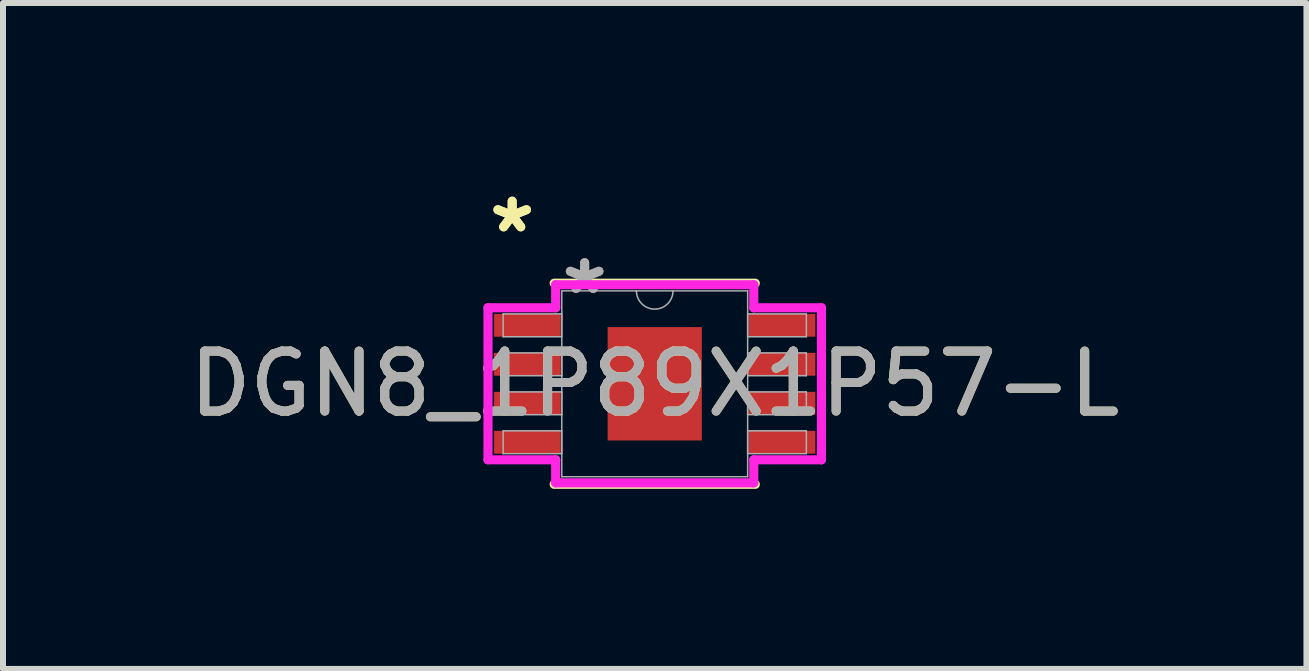
<source format=kicad_pcb>
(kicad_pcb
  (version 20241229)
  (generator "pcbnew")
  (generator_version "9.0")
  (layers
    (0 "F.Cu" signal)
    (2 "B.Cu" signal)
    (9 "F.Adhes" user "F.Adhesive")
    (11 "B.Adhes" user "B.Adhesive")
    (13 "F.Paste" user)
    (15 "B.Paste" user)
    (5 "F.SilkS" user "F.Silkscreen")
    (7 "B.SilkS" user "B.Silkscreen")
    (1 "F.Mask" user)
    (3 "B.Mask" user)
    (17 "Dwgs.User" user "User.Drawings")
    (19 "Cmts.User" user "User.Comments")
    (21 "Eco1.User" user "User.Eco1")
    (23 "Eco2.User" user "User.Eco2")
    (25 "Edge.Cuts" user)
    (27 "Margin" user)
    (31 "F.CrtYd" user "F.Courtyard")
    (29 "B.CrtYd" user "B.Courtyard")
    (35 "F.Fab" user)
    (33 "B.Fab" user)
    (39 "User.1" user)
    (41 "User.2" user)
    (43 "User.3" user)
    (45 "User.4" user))
  (footprint "DGN8_1P89X1P57-L"
    (layer "F.Cu")
    (at 7.863 3.347)
    (property "Reference" "DGN8_1P89X1P57-L" (at 0 0 0) (unlocked yes) (layer "F.SilkS") (effects (font (size 1 1) (thickness 0.15))))
    (attr smd)
    (fp_line (start -1.676 1.676) (end 1.676 1.676) (stroke (width 0.152) (type solid)) (layer "F.SilkS"))
    (fp_line (start 1.676 -1.676) (end -1.676 -1.676) (stroke (width 0.152) (type solid)) (layer "F.SilkS"))
    (fp_line (start -2.779 -1.267) (end -1.651 -1.267) (stroke (width 0.152) (type solid)) (layer "F.CrtYd"))
    (fp_line (start -2.779 1.267) (end -2.779 -1.267) (stroke (width 0.152) (type solid)) (layer "F.CrtYd"))
    (fp_line (start -2.779 1.267) (end -1.651 1.267) (stroke (width 0.152) (type solid)) (layer "F.CrtYd"))
    (fp_line (start -1.651 -1.651) (end 1.651 -1.651) (stroke (width 0.152) (type solid)) (layer "F.CrtYd"))
    (fp_line (start -1.651 -1.267) (end -1.651 -1.651) (stroke (width 0.152) (type solid)) (layer "F.CrtYd"))
    (fp_line (start -1.651 1.651) (end -1.651 1.267) (stroke (width 0.152) (type solid)) (layer "F.CrtYd"))
    (fp_line (start 1.651 -1.651) (end 1.651 -1.267) (stroke (width 0.152) (type solid)) (layer "F.CrtYd"))
    (fp_line (start 1.651 1.267) (end 1.651 1.651) (stroke (width 0.152) (type solid)) (layer "F.CrtYd"))
    (fp_line (start 1.651 1.651) (end -1.651 1.651) (stroke (width 0.152) (type solid)) (layer "F.CrtYd"))
    (fp_line (start 2.779 -1.267) (end 1.651 -1.267) (stroke (width 0.152) (type solid)) (layer "F.CrtYd"))
    (fp_line (start 2.779 -1.267) (end 2.779 1.267) (stroke (width 0.152) (type solid)) (layer "F.CrtYd"))
    (fp_line (start 2.779 1.267) (end 1.651 1.267) (stroke (width 0.152) (type solid)) (layer "F.CrtYd"))
    (fp_line (start -2.527 -1.165) (end -2.527 -0.784) (stroke (width 0.025) (type solid)) (layer "F.Fab"))
    (fp_line (start -2.527 -0.784) (end -1.549 -0.784) (stroke (width 0.025) (type solid)) (layer "F.Fab"))
    (fp_line (start -2.527 -0.515) (end -2.527 -0.135) (stroke (width 0.025) (type solid)) (layer "F.Fab"))
    (fp_line (start -2.527 -0.135) (end -1.549 -0.135) (stroke (width 0.025) (type solid)) (layer "F.Fab"))
    (fp_line (start -2.527 0.135) (end -2.527 0.515) (stroke (width 0.025) (type solid)) (layer "F.Fab"))
    (fp_line (start -2.527 0.515) (end -1.549 0.515) (stroke (width 0.025) (type solid)) (layer "F.Fab"))
    (fp_line (start -2.527 0.784) (end -2.527 1.165) (stroke (width 0.025) (type solid)) (layer "F.Fab"))
    (fp_line (start -2.527 1.165) (end -1.549 1.165) (stroke (width 0.025) (type solid)) (layer "F.Fab"))
    (fp_line (start -1.549 -1.549) (end -1.549 1.549) (stroke (width 0.025) (type solid)) (layer "F.Fab"))
    (fp_line (start -1.549 -1.165) (end -2.527 -1.165) (stroke (width 0.025) (type solid)) (layer "F.Fab"))
    (fp_line (start -1.549 -0.784) (end -1.549 -1.165) (stroke (width 0.025) (type solid)) (layer "F.Fab"))
    (fp_line (start -1.549 -0.515) (end -2.527 -0.515) (stroke (width 0.025) (type solid)) (layer "F.Fab"))
    (fp_line (start -1.549 -0.135) (end -1.549 -0.515) (stroke (width 0.025) (type solid)) (layer "F.Fab"))
    (fp_line (start -1.549 0.135) (end -2.527 0.135) (stroke (width 0.025) (type solid)) (layer "F.Fab"))
    (fp_line (start -1.549 0.515) (end -1.549 0.135) (stroke (width 0.025) (type solid)) (layer "F.Fab"))
    (fp_line (start -1.549 0.784) (end -2.527 0.784) (stroke (width 0.025) (type solid)) (layer "F.Fab"))
    (fp_line (start -1.549 1.165) (end -1.549 0.784) (stroke (width 0.025) (type solid)) (layer "F.Fab"))
    (fp_line (start -1.549 1.549) (end 1.549 1.549) (stroke (width 0.025) (type solid)) (layer "F.Fab"))
    (fp_line (start 1.549 -1.549) (end -1.549 -1.549) (stroke (width 0.025) (type solid)) (layer "F.Fab"))
    (fp_line (start 1.549 -1.165) (end 1.549 -0.784) (stroke (width 0.025) (type solid)) (layer "F.Fab"))
    (fp_line (start 1.549 -0.784) (end 2.527 -0.784) (stroke (width 0.025) (type solid)) (layer "F.Fab"))
    (fp_line (start 1.549 -0.515) (end 1.549 -0.135) (stroke (width 0.025) (type solid)) (layer "F.Fab"))
    (fp_line (start 1.549 -0.135) (end 2.527 -0.135) (stroke (width 0.025) (type solid)) (layer "F.Fab"))
    (fp_line (start 1.549 0.135) (end 1.549 0.515) (stroke (width 0.025) (type solid)) (layer "F.Fab"))
    (fp_line (start 1.549 0.515) (end 2.527 0.515) (stroke (width 0.025) (type solid)) (layer "F.Fab"))
    (fp_line (start 1.549 0.784) (end 1.549 1.165) (stroke (width 0.025) (type solid)) (layer "F.Fab"))
    (fp_line (start 1.549 1.165) (end 2.527 1.165) (stroke (width 0.025) (type solid)) (layer "F.Fab"))
    (fp_line (start 1.549 1.549) (end 1.549 -1.549) (stroke (width 0.025) (type solid)) (layer "F.Fab"))
    (fp_line (start 2.527 -1.165) (end 1.549 -1.165) (stroke (width 0.025) (type solid)) (layer "F.Fab"))
    (fp_line (start 2.527 -0.784) (end 2.527 -1.165) (stroke (width 0.025) (type solid)) (layer "F.Fab"))
    (fp_line (start 2.527 -0.515) (end 1.549 -0.515) (stroke (width 0.025) (type solid)) (layer "F.Fab"))
    (fp_line (start 2.527 -0.135) (end 2.527 -0.515) (stroke (width 0.025) (type solid)) (layer "F.Fab"))
    (fp_line (start 2.527 0.135) (end 1.549 0.135) (stroke (width 0.025) (type solid)) (layer "F.Fab"))
    (fp_line (start 2.527 0.515) (end 2.527 0.135) (stroke (width 0.025) (type solid)) (layer "F.Fab"))
    (fp_line (start 2.527 0.784) (end 1.549 0.784) (stroke (width 0.025) (type solid)) (layer "F.Fab"))
    (fp_line (start 2.527 1.165) (end 2.527 0.784) (stroke (width 0.025) (type solid)) (layer "F.Fab"))
    (fp_arc (start 0.3048 -1.5494) (mid 0 -1.2446) (end -0.3048 -1.5494) (stroke (width 0.0254) (type solid)) (layer "F.Fab"))
    (fp_text user "*" (at -2.376 -2.499 0) (unlocked yes) (layer "F.SilkS") (effects (font (size 1 1) (thickness 0.15))))
    (fp_text user "*" (at -2.376 -2.499 0) (layer "F.SilkS") (effects (font (size 1 1) (thickness 0.15))))
    (fp_text user "*" (at -1.168 -1.473 0) (unlocked yes) (layer "F.Fab") (effects (font (size 1 1) (thickness 0.15))))
    (fp_text user "${REFERENCE}" (at 0 0 0) (unlocked yes) (layer "F.Fab") (effects (font (size 1 1) (thickness 0.15))))
    (fp_text user "*" (at -1.168 -1.473 0) (layer "F.Fab") (effects (font (size 1 1) (thickness 0.15))))
    (pad "1" smd rect (at -2.122 -0.975) (size 1.111 0.381) (layers "F.Cu" "F.Mask" "F.Paste"))
    (pad "2" smd rect (at -2.122 -0.325) (size 1.111 0.381) (layers "F.Cu" "F.Mask" "F.Paste"))
    (pad "3" smd rect (at -2.122 0.325) (size 1.111 0.381) (layers "F.Cu" "F.Mask" "F.Paste"))
    (pad "4" smd rect (at -2.122 0.975) (size 1.111 0.381) (layers "F.Cu" "F.Mask" "F.Paste"))
    (pad "5" smd rect (at 2.122 0.975) (size 1.111 0.381) (layers "F.Cu" "F.Mask" "F.Paste"))
    (pad "6" smd rect (at 2.122 0.325) (size 1.111 0.381) (layers "F.Cu" "F.Mask" "F.Paste"))
    (pad "7" smd rect (at 2.122 -0.325) (size 1.111 0.381) (layers "F.Cu" "F.Mask" "F.Paste"))
    (pad "8" smd rect (at 2.122 -0.975) (size 1.111 0.381) (layers "F.Cu" "F.Mask" "F.Paste"))
    (pad "EPAD" smd rect (at 0 0) (size 1.57 1.89) (layers "F.Cu" "F.Mask" "F.Paste")))
  (gr_rect
    (start -3 -3)
    (end 18.726 8.1)
    (stroke (width 0.1) (type default))
    (fill no)
    (layer "Edge.Cuts")))
</source>
